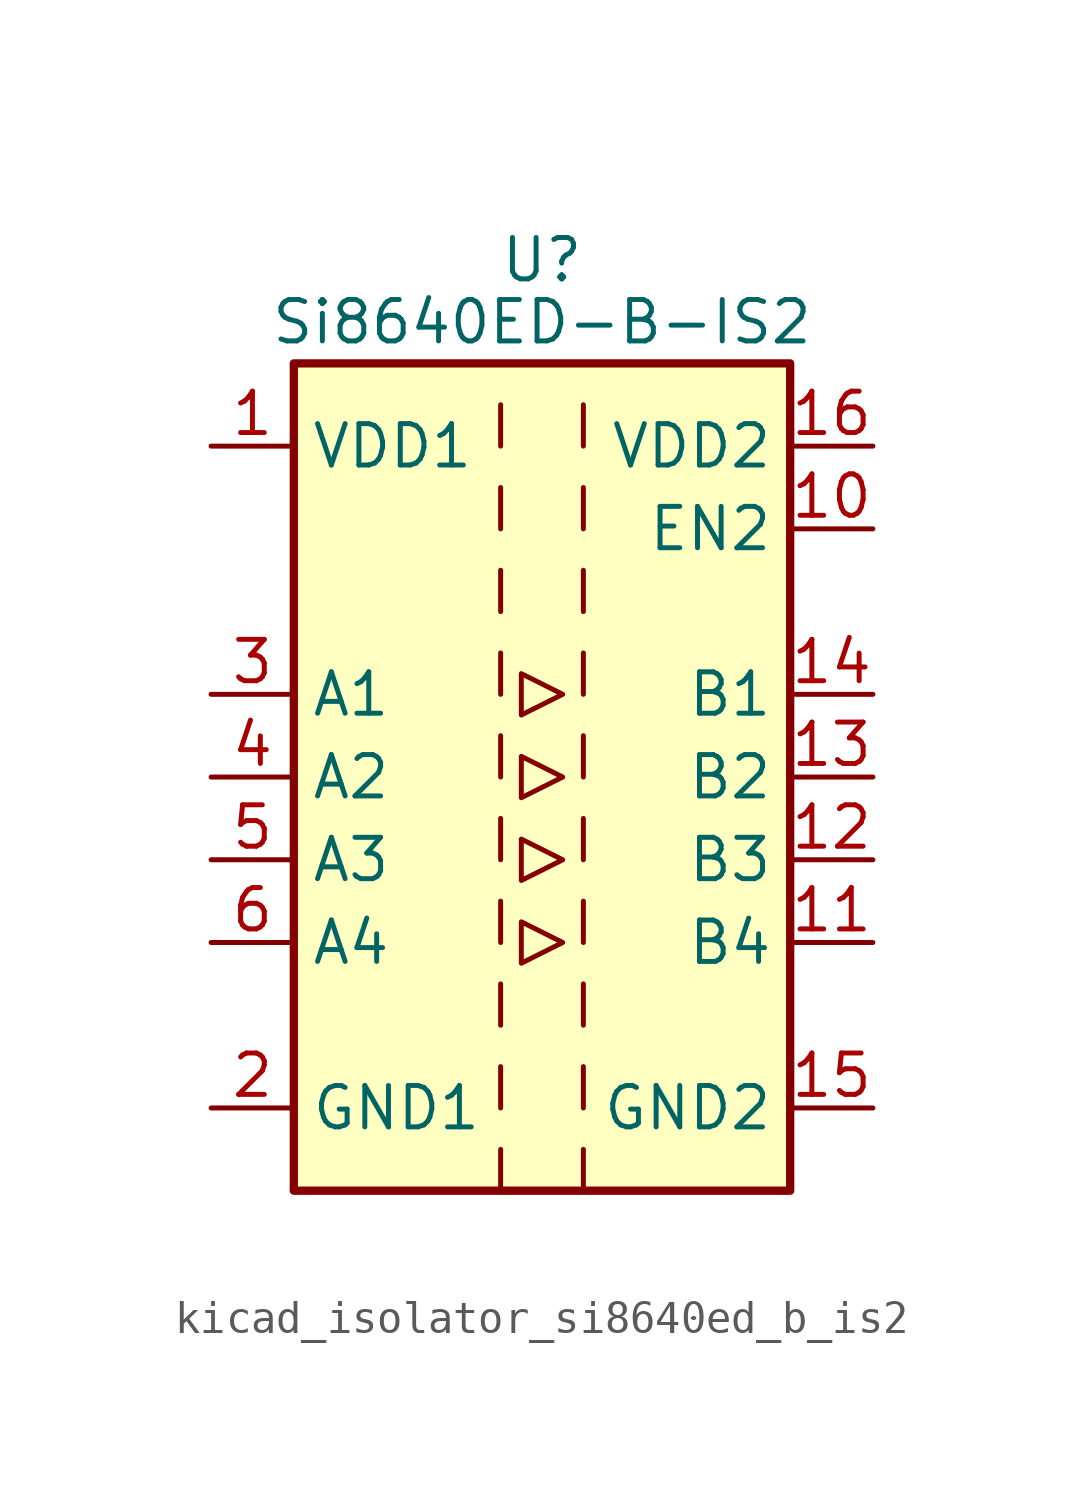
<source format=kicad_sym>
(kicad_symbol_lib
  (version 20220914)
  (generator kicad_symbol_editor)
  (symbol "kicad_isolator_si8640ed_b_is2"
    (property "Reference" "U"
      (at 0 15.875 0)
      (effects (font (size 1.27 1.27))))
    (property "Value" "Si8640ED-B-IS2"
      (at 0 13.97 0)
      (effects (font (size 1.27 1.27))))
    (symbol "kicad_isolator_si8640ed_b_is2_0_1"
      (rectangle (start -7.62 12.7) (end 7.62 -12.7) (stroke (width 0.254) (type default)) (fill (type background)))
      (polyline (pts (xy -1.27 -11.43) (xy -1.27 -12.7)) (stroke (width 0) (type default)) (fill (type none)))
      (polyline (pts (xy -1.27 -8.89) (xy -1.27 -10.16)) (stroke (width 0) (type default)) (fill (type none)))
      (polyline (pts (xy -1.27 -6.35) (xy -1.27 -7.62)) (stroke (width 0) (type default)) (fill (type none)))
      (polyline (pts (xy -1.27 -3.81) (xy -1.27 -5.08)) (stroke (width 0) (type default)) (fill (type none)))
      (polyline (pts (xy -1.27 -1.27) (xy -1.27 -2.54)) (stroke (width 0) (type default)) (fill (type none)))
      (polyline (pts (xy -1.27 1.27) (xy -1.27 0)) (stroke (width 0) (type default)) (fill (type none)))
      (polyline (pts (xy -1.27 3.81) (xy -1.27 2.54)) (stroke (width 0) (type default)) (fill (type none)))
      (polyline (pts (xy -1.27 6.35) (xy -1.27 5.08)) (stroke (width 0) (type default)) (fill (type none)))
      (polyline (pts (xy -1.27 8.89) (xy -1.27 7.62)) (stroke (width 0) (type default)) (fill (type none)))
      (polyline (pts (xy -1.27 11.43) (xy -1.27 10.16)) (stroke (width 0) (type default)) (fill (type none)))
      (polyline (pts (xy 1.27 -11.43) (xy 1.27 -12.7)) (stroke (width 0) (type default)) (fill (type none)))
      (polyline (pts (xy 1.27 -8.89) (xy 1.27 -10.16)) (stroke (width 0) (type default)) (fill (type none)))
      (polyline (pts (xy 1.27 -6.35) (xy 1.27 -7.62)) (stroke (width 0) (type default)) (fill (type none)))
      (polyline (pts (xy 1.27 -3.81) (xy 1.27 -5.08)) (stroke (width 0) (type default)) (fill (type none)))
      (polyline (pts (xy 1.27 -1.27) (xy 1.27 -2.54)) (stroke (width 0) (type default)) (fill (type none)))
      (polyline (pts (xy 1.27 1.27) (xy 1.27 0)) (stroke (width 0) (type default)) (fill (type none)))
      (polyline (pts (xy 1.27 3.81) (xy 1.27 2.54)) (stroke (width 0) (type default)) (fill (type none)))
      (polyline (pts (xy 1.27 6.35) (xy 1.27 5.08)) (stroke (width 0) (type default)) (fill (type none)))
      (polyline (pts (xy 1.27 8.89) (xy 1.27 7.62)) (stroke (width 0) (type default)) (fill (type none)))
      (polyline (pts (xy 1.27 11.43) (xy 1.27 10.16)) (stroke (width 0) (type default)) (fill (type none)))
      (polyline (pts (xy -0.635 0.635) (xy -0.635 -0.635) (xy 0.635 0) (xy -0.635 0.635)) (stroke (width 0) (type default)) (fill (type none)))
      (polyline (pts (xy -0.635 3.175) (xy -0.635 1.905) (xy 0.635 2.54) (xy -0.635 3.175)) (stroke (width 0) (type default)) (fill (type none)))
      (polyline (pts (xy 0.635 -5.08) (xy -0.635 -4.445) (xy -0.635 -5.715) (xy 0.635 -5.08)) (stroke (width 0) (type default)) (fill (type none)))
      (polyline (pts (xy 0.635 -2.54) (xy -0.635 -1.905) (xy -0.635 -3.175) (xy 0.635 -2.54)) (stroke (width 0) (type default)) (fill (type none))))
    (symbol "kicad_isolator_si8640ed_b_is2_1_1"
      (pin power_in line (at -10.16 10.16 0) (length 2.54) (name "VDD1" (effects (font (size 1.27 1.27)))) (number "1" (effects (font (size 1.27 1.27)))))
      (pin input line (at 10.16 7.62 180) (length 2.54) (name "EN2" (effects (font (size 1.27 1.27)))) (number "10" (effects (font (size 1.27 1.27)))))
      (pin output line (at 10.16 -5.08 180) (length 2.54) (name "B4" (effects (font (size 1.27 1.27)))) (number "11" (effects (font (size 1.27 1.27)))))
      (pin output line (at 10.16 -2.54 180) (length 2.54) (name "B3" (effects (font (size 1.27 1.27)))) (number "12" (effects (font (size 1.27 1.27)))))
      (pin output line (at 10.16 0 180) (length 2.54) (name "B2" (effects (font (size 1.27 1.27)))) (number "13" (effects (font (size 1.27 1.27)))))
      (pin output line (at 10.16 2.54 180) (length 2.54) (name "B1" (effects (font (size 1.27 1.27)))) (number "14" (effects (font (size 1.27 1.27)))))
      (pin power_in line (at 10.16 -10.16 180) (length 2.54) (name "GND2" (effects (font (size 1.27 1.27)))) (number "15" (effects (font (size 1.27 1.27)))))
      (pin power_in line (at 10.16 10.16 180) (length 2.54) (name "VDD2" (effects (font (size 1.27 1.27)))) (number "16" (effects (font (size 1.27 1.27)))))
      (pin power_in line (at -10.16 -10.16 0) (length 2.54) (name "GND1" (effects (font (size 1.27 1.27)))) (number "2" (effects (font (size 1.27 1.27)))))
      (pin input line (at -10.16 2.54 0) (length 2.54) (name "A1" (effects (font (size 1.27 1.27)))) (number "3" (effects (font (size 1.27 1.27)))))
      (pin input line (at -10.16 0 0) (length 2.54) (name "A2" (effects (font (size 1.27 1.27)))) (number "4" (effects (font (size 1.27 1.27)))))
      (pin input line (at -10.16 -2.54 0) (length 2.54) (name "A3" (effects (font (size 1.27 1.27)))) (number "5" (effects (font (size 1.27 1.27)))))
      (pin input line (at -10.16 -5.08 0) (length 2.54) (name "A4" (effects (font (size 1.27 1.27)))) (number "6" (effects (font (size 1.27 1.27)))))
      (pin no_connect line (at -7.62 7.62 0) (length 2.54) hide (name "NC" (effects (font (size 1.27 1.27)))) (number "7" (effects (font (size 1.27 1.27)))))
      (pin passive line (at -10.16 -10.16 0) (length 2.54) hide (name "GND1" (effects (font (size 1.27 1.27)))) (number "8" (effects (font (size 1.27 1.27)))))
      (pin passive line (at 10.16 -10.16 180) (length 2.54) hide (name "GND2" (effects (font (size 1.27 1.27)))) (number "9" (effects (font (size 1.27 1.27))))))))
</source>
